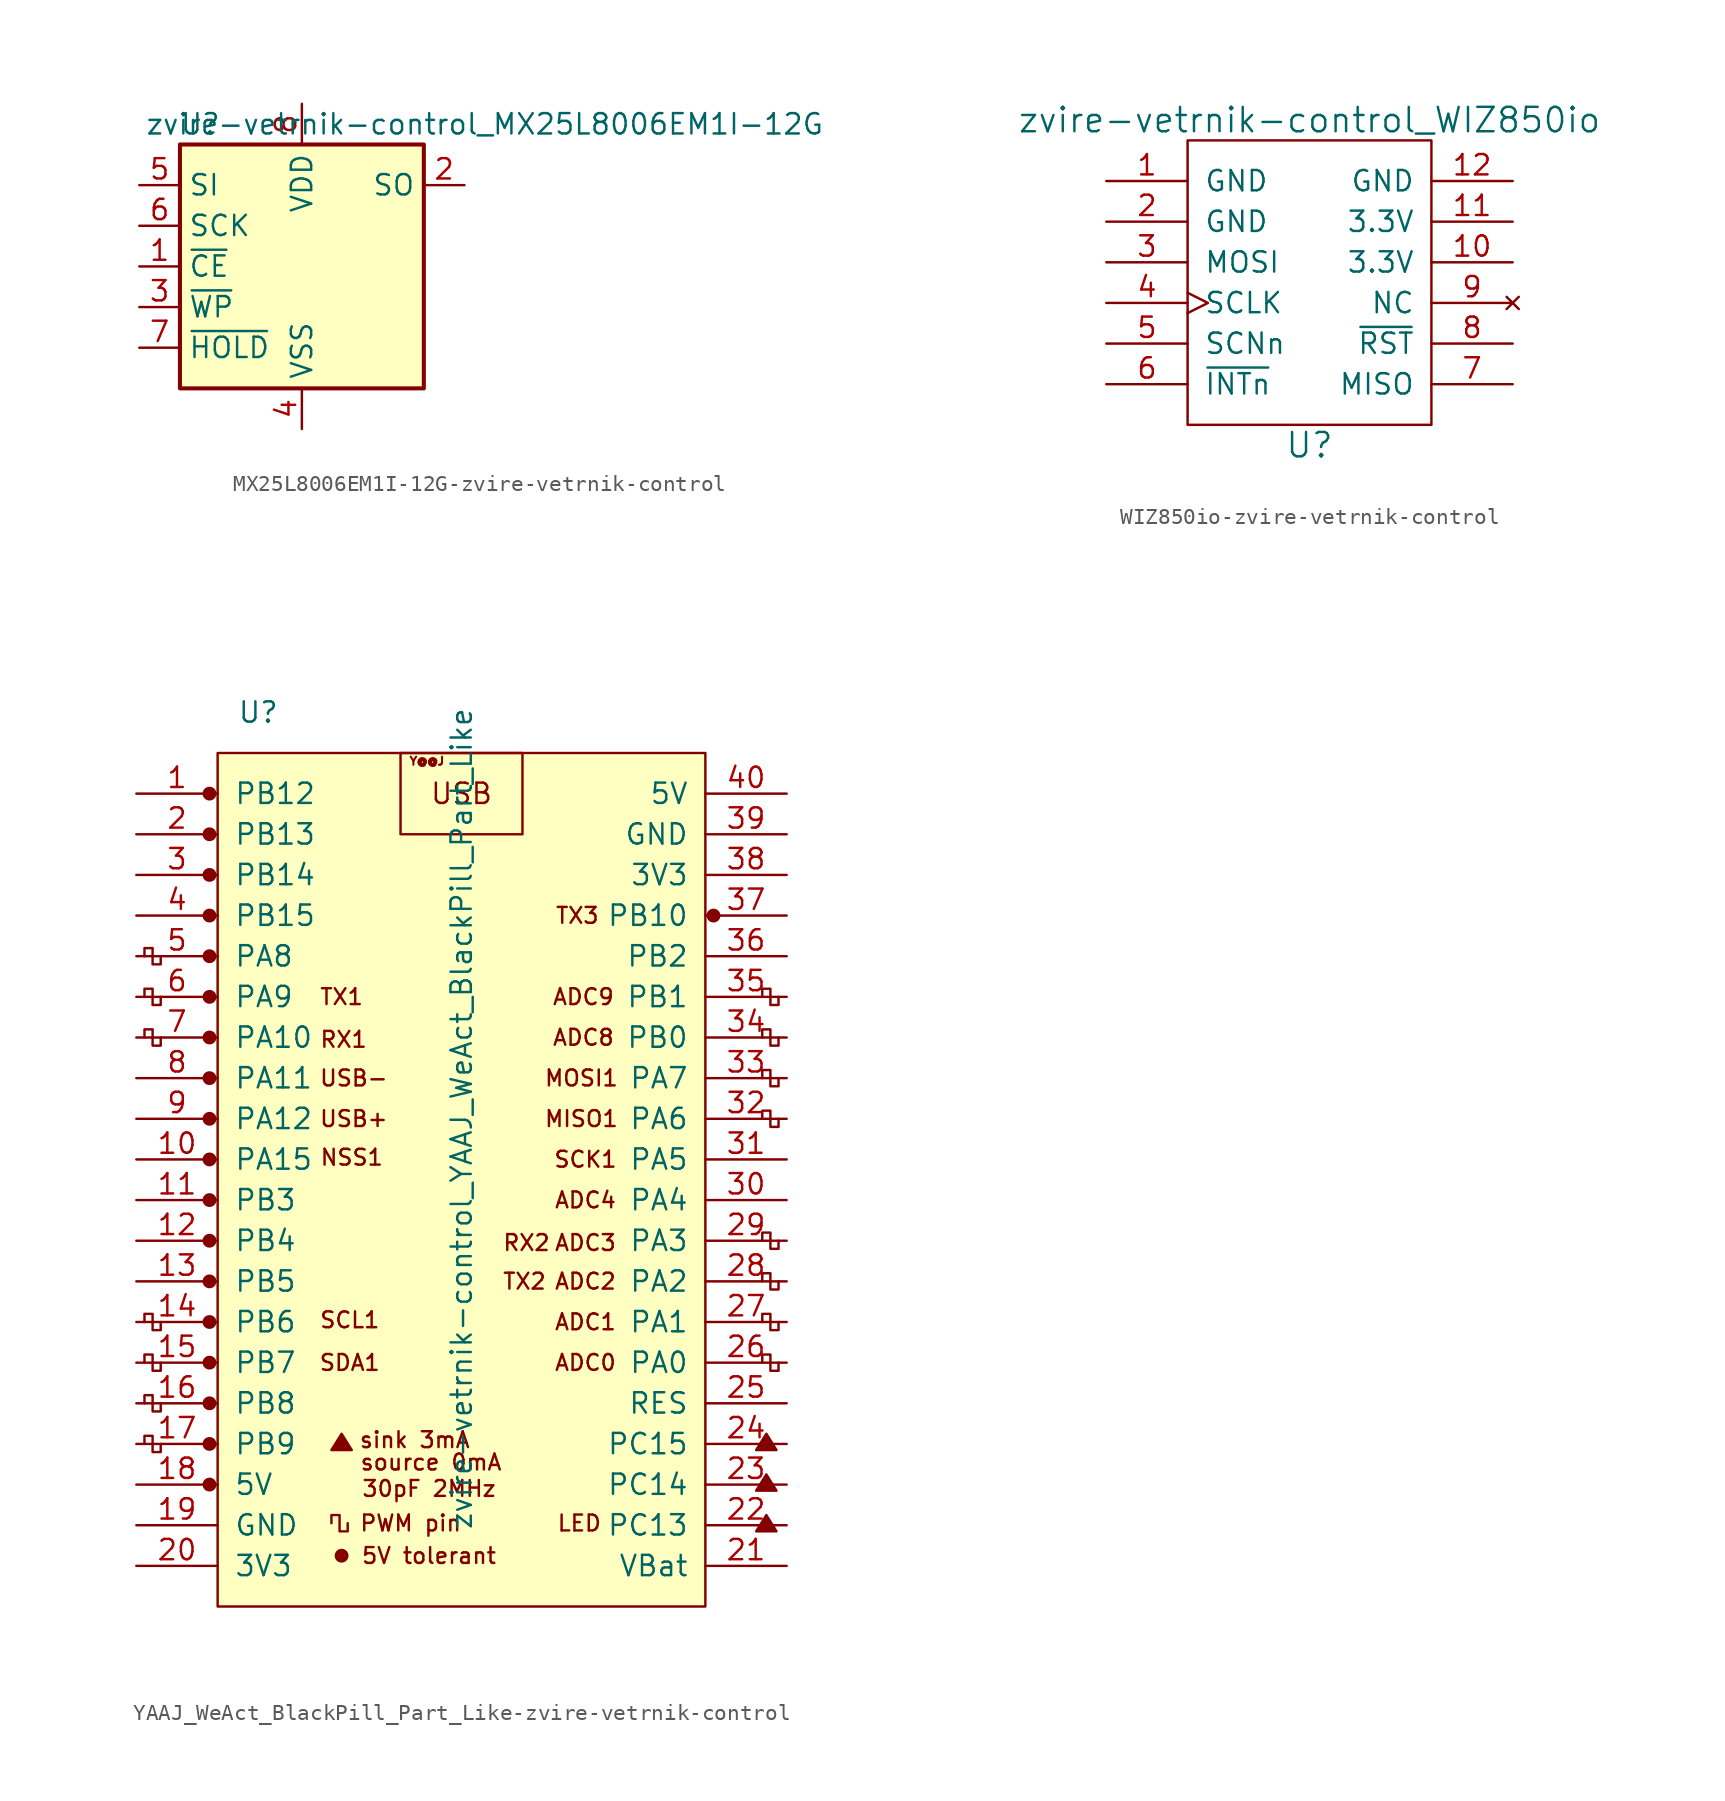
<source format=kicad_sym>
(kicad_symbol_lib
  (version 20220914)
  (generator kicad_symbol_editor)
  (symbol "MX25L8006EM1I-12G-zvire-vetrnik-control"
    (property "Reference" "U"
      (at -6.35 8.89 0)
      (effects (font (size 1.27 1.27))))
    (property "Value" "zvire-vetrnik-control_MX25L8006EM1I-12G"
      (at 11.43 8.89 0)
      (effects (font (size 1.27 1.27))))
    (symbol "MX25L8006EM1I-12G-zvire-vetrnik-control_1_1"
      (rectangle (start -7.62 7.62) (end 7.62 -7.62) (stroke (width 0.254) (type solid)) (fill (type background)))
      (pin input line (at -10.16 0 0) (length 2.54) (name "~{CE}" (effects (font (size 1.27 1.27)))) (number "1" (effects (font (size 1.27 1.27)))))
      (pin tri_state line (at 10.16 5.08 180) (length 2.54) (name "SO" (effects (font (size 1.27 1.27)))) (number "2" (effects (font (size 1.27 1.27)))))
      (pin input line (at -10.16 -2.54 0) (length 2.54) (name "~{WP}" (effects (font (size 1.27 1.27)))) (number "3" (effects (font (size 1.27 1.27)))))
      (pin power_in line (at 0 -10.16 90) (length 2.54) (name "VSS" (effects (font (size 1.27 1.27)))) (number "4" (effects (font (size 1.27 1.27)))))
      (pin input line (at -10.16 5.08 0) (length 2.54) (name "SI" (effects (font (size 1.27 1.27)))) (number "5" (effects (font (size 1.27 1.27)))))
      (pin input line (at -10.16 2.54 0) (length 2.54) (name "SCK" (effects (font (size 1.27 1.27)))) (number "6" (effects (font (size 1.27 1.27)))))
      (pin input line (at -10.16 -5.08 0) (length 2.54) (name "~{HOLD}" (effects (font (size 1.27 1.27)))) (number "7" (effects (font (size 1.27 1.27)))))
      (pin power_in line (at 0 10.16 270) (length 2.54) (name "VDD" (effects (font (size 1.27 1.27)))) (number "8" (effects (font (size 1.27 1.27)))))))
  (symbol "WIZ850io-zvire-vetrnik-control"
    (pin_names
      (offset 1.016))
    (property "Reference" "U"
      (at 0 -10.16 0)
      (effects (font (size 1.524 1.524))))
    (property "Value" "zvire-vetrnik-control_WIZ850io"
      (at 0 10.16 0)
      (effects (font (size 1.524 1.524))))
    (symbol "WIZ850io-zvire-vetrnik-control_0_1"
      (rectangle (start -7.62 8.89) (end 7.62 -8.89) (stroke (width 0) (type solid)) (fill (type none))))
    (symbol "WIZ850io-zvire-vetrnik-control_1_1"
      (pin power_in line (at -12.7 6.35 0) (length 5.08) (name "GND" (effects (font (size 1.27 1.27)))) (number "1" (effects (font (size 1.27 1.27)))))
      (pin power_in line (at 12.7 1.27 180) (length 5.08) (name "3.3V" (effects (font (size 1.27 1.27)))) (number "10" (effects (font (size 1.27 1.27)))))
      (pin power_in line (at 12.7 3.81 180) (length 5.08) (name "3.3V" (effects (font (size 1.27 1.27)))) (number "11" (effects (font (size 1.27 1.27)))))
      (pin input line (at 12.7 6.35 180) (length 5.08) (name "GND" (effects (font (size 1.27 1.27)))) (number "12" (effects (font (size 1.27 1.27)))))
      (pin power_in line (at -12.7 3.81 0) (length 5.08) (name "GND" (effects (font (size 1.27 1.27)))) (number "2" (effects (font (size 1.27 1.27)))))
      (pin input line (at -12.7 1.27 0) (length 5.08) (name "MOSI" (effects (font (size 1.27 1.27)))) (number "3" (effects (font (size 1.27 1.27)))))
      (pin input clock (at -12.7 -1.27 0) (length 5.08) (name "SCLK" (effects (font (size 1.27 1.27)))) (number "4" (effects (font (size 1.27 1.27)))))
      (pin input line (at -12.7 -3.81 0) (length 5.08) (name "SCNn" (effects (font (size 1.27 1.27)))) (number "5" (effects (font (size 1.27 1.27)))))
      (pin input line (at -12.7 -6.35 0) (length 5.08) (name "~{INTn}" (effects (font (size 1.27 1.27)))) (number "6" (effects (font (size 1.27 1.27)))))
      (pin tri_state line (at 12.7 -6.35 180) (length 5.08) (name "MISO" (effects (font (size 1.27 1.27)))) (number "7" (effects (font (size 1.27 1.27)))))
      (pin input line (at 12.7 -3.81 180) (length 5.08) (name "~{RST}" (effects (font (size 1.27 1.27)))) (number "8" (effects (font (size 1.27 1.27)))))
      (pin no_connect line (at 12.7 -1.27 180) (length 5.08) (name "NC" (effects (font (size 1.27 1.27)))) (number "9" (effects (font (size 1.27 1.27)))))))
  (symbol "YAAJ_WeAct_BlackPill_Part_Like-zvire-vetrnik-control"
    (pin_names
      (offset 1.016))
    (property "Reference" "U"
      (at -12.7 27.94 0)
      (effects (font (size 1.27 1.27))))
    (property "Value" "zvire-vetrnik-control_YAAJ_WeAct_BlackPill_Part_Like"
      (at 0 2.54 90)
      (effects (font (size 1.27 1.27))))
    (symbol "YAAJ_WeAct_BlackPill_Part_Like-zvire-vetrnik-control_0_0"
      (circle (center -15.748 -20.32) (radius 0.356) (stroke (width 0) (type solid)) (fill (type outline)))
      (circle (center -15.748 -17.78) (radius 0.356) (stroke (width 0) (type solid)) (fill (type outline)))
      (circle (center -15.748 -15.24) (radius 0.356) (stroke (width 0) (type solid)) (fill (type outline)))
      (circle (center -15.748 -12.7) (radius 0.356) (stroke (width 0) (type solid)) (fill (type outline)))
      (circle (center -15.748 -10.16) (radius 0.356) (stroke (width 0) (type solid)) (fill (type outline)))
      (circle (center -15.748 -7.62) (radius 0.356) (stroke (width 0) (type solid)) (fill (type outline)))
      (circle (center -15.748 -5.08) (radius 0.356) (stroke (width 0) (type solid)) (fill (type outline)))
      (circle (center -15.748 -2.54) (radius 0.356) (stroke (width 0) (type solid)) (fill (type outline)))
      (circle (center -15.748 0) (radius 0.356) (stroke (width 0) (type solid)) (fill (type outline)))
      (circle (center -15.748 2.54) (radius 0.356) (stroke (width 0) (type solid)) (fill (type outline)))
      (circle (center -15.748 5.08) (radius 0.356) (stroke (width 0) (type solid)) (fill (type outline)))
      (circle (center -15.748 7.62) (radius 0.356) (stroke (width 0) (type solid)) (fill (type outline)))
      (circle (center -15.748 10.16) (radius 0.356) (stroke (width 0) (type solid)) (fill (type outline)))
      (circle (center -15.748 12.7) (radius 0.356) (stroke (width 0) (type solid)) (fill (type outline)))
      (circle (center -15.748 15.24) (radius 0.356) (stroke (width 0) (type solid)) (fill (type outline)))
      (circle (center -15.748 17.78) (radius 0.356) (stroke (width 0) (type solid)) (fill (type outline)))
      (circle (center -15.748 22.86) (radius 0.356) (stroke (width 0) (type solid)) (fill (type outline)))
      (circle (center -7.493 -24.765) (radius 0.127) (stroke (width 0) (type solid)) (fill (type outline)))
      (circle (center -7.493 -24.765) (radius 0.254) (stroke (width 0) (type solid)) (fill (type none)))
      (circle (center -7.493 -24.765) (radius 0.356) (stroke (width 0) (type solid)) (fill (type none)))
      (polyline (pts (xy -8.128 -18.161) (xy -7.493 -17.145) (xy -6.858 -18.161) (xy -8.128 -18.161) (xy -7.493 -17.272) (xy -6.985 -18.161) (xy -8.001 -18.034) (xy -7.493 -17.399) (xy -7.112 -18.161) (xy -7.874 -17.907) (xy -7.366 -17.526) (xy -7.239 -18.161) (xy -7.747 -17.78) (xy -7.239 -17.653) (xy -7.366 -18.034) (xy -7.62 -17.78) (xy -7.366 -17.907) (xy -7.493 -17.653)) (stroke (width 0) (type solid)) (fill (type none)))
      (polyline (pts (xy 18.415 -23.241) (xy 19.05 -22.225) (xy 19.685 -23.241) (xy 18.415 -23.241) (xy 19.05 -22.352) (xy 19.558 -23.241) (xy 18.542 -23.114) (xy 19.05 -22.479) (xy 19.431 -23.241) (xy 18.669 -22.987) (xy 19.177 -22.606) (xy 19.304 -23.241) (xy 18.796 -22.86) (xy 19.304 -22.733) (xy 19.177 -23.114) (xy 18.923 -22.86) (xy 19.177 -22.987) (xy 19.05 -22.733)) (stroke (width 0) (type solid)) (fill (type none)))
      (polyline (pts (xy 18.415 -20.701) (xy 19.05 -19.685) (xy 19.685 -20.701) (xy 18.415 -20.701) (xy 19.05 -19.812) (xy 19.558 -20.701) (xy 18.542 -20.574) (xy 19.05 -19.939) (xy 19.431 -20.701) (xy 18.669 -20.447) (xy 19.177 -20.066) (xy 19.304 -20.701) (xy 18.796 -20.32) (xy 19.304 -20.193) (xy 19.177 -20.574) (xy 18.923 -20.32) (xy 19.177 -20.447) (xy 19.05 -20.193)) (stroke (width 0) (type solid)) (fill (type none)))
      (polyline (pts (xy 18.415 -18.161) (xy 19.05 -17.145) (xy 19.685 -18.161) (xy 18.415 -18.161) (xy 19.05 -17.272) (xy 19.558 -18.161) (xy 18.542 -18.034) (xy 19.05 -17.399) (xy 19.431 -18.161) (xy 18.669 -17.907) (xy 19.177 -17.526) (xy 19.304 -18.161) (xy 18.796 -17.78) (xy 19.304 -17.653) (xy 19.177 -18.034) (xy 18.923 -17.78) (xy 19.177 -17.907) (xy 19.05 -17.653)) (stroke (width 0) (type solid)) (fill (type none)))
      (circle (center 15.748 15.24) (radius 0.254) (stroke (width 0) (type solid)) (fill (type outline)))
      (circle (center 15.748 15.24) (radius 0.356) (stroke (width 0) (type solid)) (fill (type none)))
      (text "30pF 2MHz" (at -2.032 -20.574 0) (effects (font (size 0.991 0.991))))
      (text "5V tolerant" (at -2.032 -24.765 0) (effects (font (size 0.991 0.991))))
      (text "ADC0" (at 7.747 -12.7 0) (effects (font (size 0.991 0.991))))
      (text "ADC1" (at 7.747 -10.16 0) (effects (font (size 0.991 0.991))))
      (text "ADC2" (at 7.747 -7.62 0) (effects (font (size 0.991 0.991))))
      (text "ADC3" (at 7.747 -5.207 0) (effects (font (size 0.991 0.991))))
      (text "ADC4" (at 7.747 -2.54 0) (effects (font (size 0.991 0.991))))
      (text "ADC8" (at 7.62 7.62 0) (effects (font (size 0.991 0.991))))
      (text "ADC9" (at 7.62 10.16 0) (effects (font (size 0.991 0.991))))
      (text "LED" (at 7.366 -22.733 0) (effects (font (size 0.991 0.991))))
      (text "MISO1" (at 7.493 2.54 0) (effects (font (size 0.991 0.991))))
      (text "MOSI1" (at 7.493 5.08 0) (effects (font (size 0.991 0.991))))
      (text "NSS1" (at -6.858 0.127 0) (effects (font (size 0.991 0.991))))
      (text "PWM pin" (at -3.175 -22.733 0) (effects (font (size 0.991 0.991))))
      (text "RX1" (at -7.366 7.493 0) (effects (font (size 0.991 0.991))))
      (text "RX2" (at 4.064 -5.207 0) (effects (font (size 0.991 0.991))))
      (text "SCK1" (at 7.747 0 0) (effects (font (size 0.991 0.991))))
      (text "SCL1" (at -6.985 -10.033 0) (effects (font (size 0.991 0.991))))
      (text "SDA1" (at -6.985 -12.7 0) (effects (font (size 0.991 0.991))))
      (text "sink 3mA" (at -2.921 -17.526 0) (effects (font (size 0.991 0.991))))
      (text "source 0mA" (at -1.905 -18.923 0) (effects (font (size 0.991 0.991))))
      (text "TX1" (at -7.493 10.16 0) (effects (font (size 0.991 0.991))))
      (text "TX2" (at 3.937 -7.62 0) (effects (font (size 0.991 0.991))))
      (text "TX3" (at 7.239 15.24 0) (effects (font (size 0.991 0.991))))
      (text "USB" (at 0 22.86 0) (effects (font (size 1.27 1.27))))
      (text "USB+" (at -6.731 2.54 0) (effects (font (size 0.991 0.991))))
      (text "USB-" (at -6.731 5.08 0) (effects (font (size 0.991 0.991))))
      (text "Y@@J" (at -2.159 24.892 0) (effects (font (size 0.508 0.508)))))
    (symbol "YAAJ_WeAct_BlackPill_Part_Like-zvire-vetrnik-control_0_1"
      (rectangle (start -15.24 25.4) (end 15.24 -27.94) (stroke (width 0) (type solid)) (fill (type background)))
      (polyline (pts (xy -18.796 -17.78) (xy -18.796 -18.288) (xy -19.304 -18.288) (xy -19.304 -17.272) (xy -19.812 -17.272) (xy -19.812 -17.78)) (stroke (width 0) (type solid)) (fill (type none)))
      (polyline (pts (xy -18.796 -15.24) (xy -18.796 -15.748) (xy -19.304 -15.748) (xy -19.304 -14.732) (xy -19.812 -14.732) (xy -19.812 -15.24)) (stroke (width 0) (type solid)) (fill (type none)))
      (polyline (pts (xy -18.796 -12.7) (xy -18.796 -13.208) (xy -19.304 -13.208) (xy -19.304 -12.192) (xy -19.812 -12.192) (xy -19.812 -12.7)) (stroke (width 0) (type solid)) (fill (type none)))
      (polyline (pts (xy -18.796 -10.16) (xy -18.796 -10.668) (xy -19.304 -10.668) (xy -19.304 -9.652) (xy -19.812 -9.652) (xy -19.812 -10.16)) (stroke (width 0) (type solid)) (fill (type none)))
      (polyline (pts (xy -18.796 7.62) (xy -18.796 7.112) (xy -19.304 7.112) (xy -19.304 8.128) (xy -19.812 8.128) (xy -19.812 7.62)) (stroke (width 0) (type solid)) (fill (type none)))
      (polyline (pts (xy -18.796 10.16) (xy -18.796 9.652) (xy -19.304 9.652) (xy -19.304 10.668) (xy -19.812 10.668) (xy -19.812 10.16)) (stroke (width 0) (type solid)) (fill (type none)))
      (polyline (pts (xy -18.796 12.7) (xy -18.796 12.192) (xy -19.304 12.192) (xy -19.304 13.208) (xy -19.812 13.208) (xy -19.812 12.7)) (stroke (width 0) (type solid)) (fill (type none)))
      (polyline (pts (xy -7.112 -22.733) (xy -7.112 -23.241) (xy -7.62 -23.241) (xy -7.62 -22.225) (xy -8.128 -22.225) (xy -8.128 -22.733)) (stroke (width 0) (type solid)) (fill (type none)))
      (polyline (pts (xy 19.812 -12.7) (xy 19.812 -13.208) (xy 19.304 -13.208) (xy 19.304 -12.192) (xy 18.796 -12.192) (xy 18.796 -12.7)) (stroke (width 0) (type solid)) (fill (type none)))
      (polyline (pts (xy 19.812 -10.16) (xy 19.812 -10.668) (xy 19.304 -10.668) (xy 19.304 -9.652) (xy 18.796 -9.652) (xy 18.796 -10.16)) (stroke (width 0) (type solid)) (fill (type none)))
      (polyline (pts (xy 19.812 -7.62) (xy 19.812 -8.128) (xy 19.304 -8.128) (xy 19.304 -7.112) (xy 18.796 -7.112) (xy 18.796 -7.62)) (stroke (width 0) (type solid)) (fill (type none)))
      (polyline (pts (xy 19.812 -5.08) (xy 19.812 -5.588) (xy 19.304 -5.588) (xy 19.304 -4.572) (xy 18.796 -4.572) (xy 18.796 -5.08)) (stroke (width 0) (type solid)) (fill (type none)))
      (polyline (pts (xy 19.812 2.54) (xy 19.812 2.032) (xy 19.304 2.032) (xy 19.304 3.048) (xy 18.796 3.048) (xy 18.796 2.54)) (stroke (width 0) (type solid)) (fill (type none)))
      (polyline (pts (xy 19.812 5.08) (xy 19.812 4.572) (xy 19.304 4.572) (xy 19.304 5.588) (xy 18.796 5.588) (xy 18.796 5.08)) (stroke (width 0) (type solid)) (fill (type none)))
      (polyline (pts (xy 19.812 7.62) (xy 19.812 7.112) (xy 19.304 7.112) (xy 19.304 8.128) (xy 18.796 8.128) (xy 18.796 7.62)) (stroke (width 0) (type solid)) (fill (type none)))
      (polyline (pts (xy 19.812 10.16) (xy 19.812 9.652) (xy 19.304 9.652) (xy 19.304 10.668) (xy 18.796 10.668) (xy 18.796 10.16)) (stroke (width 0) (type solid)) (fill (type none)))
      (rectangle (start 3.81 25.4) (end -3.81 20.32) (stroke (width 0) (type solid)) (fill (type none))))
    (symbol "YAAJ_WeAct_BlackPill_Part_Like-zvire-vetrnik-control_1_1"
      (circle (center -15.748 20.32) (radius 0.356) (stroke (width 0) (type solid)) (fill (type outline)))
      (pin bidirectional line (at -20.32 22.86 0) (length 5.08) (name "PB12" (effects (font (size 1.27 1.27)))) (number "1" (effects (font (size 1.27 1.27)))))
      (pin bidirectional line (at -20.32 0 0) (length 5.08) (name "PA15" (effects (font (size 1.27 1.27)))) (number "10" (effects (font (size 1.27 1.27)))))
      (pin bidirectional line (at -20.32 -2.54 0) (length 5.08) (name "PB3" (effects (font (size 1.27 1.27)))) (number "11" (effects (font (size 1.27 1.27)))))
      (pin bidirectional line (at -20.32 -5.08 0) (length 5.08) (name "PB4" (effects (font (size 1.27 1.27)))) (number "12" (effects (font (size 1.27 1.27)))))
      (pin bidirectional line (at -20.32 -7.62 0) (length 5.08) (name "PB5" (effects (font (size 1.27 1.27)))) (number "13" (effects (font (size 1.27 1.27)))))
      (pin bidirectional line (at -20.32 -10.16 0) (length 5.08) (name "PB6" (effects (font (size 1.27 1.27)))) (number "14" (effects (font (size 1.27 1.27)))))
      (pin bidirectional line (at -20.32 -12.7 0) (length 5.08) (name "PB7" (effects (font (size 1.27 1.27)))) (number "15" (effects (font (size 1.27 1.27)))))
      (pin bidirectional line (at -20.32 -15.24 0) (length 5.08) (name "PB8" (effects (font (size 1.27 1.27)))) (number "16" (effects (font (size 1.27 1.27)))))
      (pin bidirectional line (at -20.32 -17.78 0) (length 5.08) (name "PB9" (effects (font (size 1.27 1.27)))) (number "17" (effects (font (size 1.27 1.27)))))
      (pin power_in line (at -20.32 -20.32 0) (length 5.08) (name "5V" (effects (font (size 1.27 1.27)))) (number "18" (effects (font (size 1.27 1.27)))))
      (pin power_in line (at -20.32 -22.86 0) (length 5.08) (name "GND" (effects (font (size 1.27 1.27)))) (number "19" (effects (font (size 1.27 1.27)))))
      (pin bidirectional line (at -20.32 20.32 0) (length 5.08) (name "PB13" (effects (font (size 1.27 1.27)))) (number "2" (effects (font (size 1.27 1.27)))))
      (pin power_in line (at -20.32 -25.4 0) (length 5.08) (name "3V3" (effects (font (size 1.27 1.27)))) (number "20" (effects (font (size 1.27 1.27)))))
      (pin power_in line (at 20.32 -25.4 180) (length 5.08) (name "VBat" (effects (font (size 1.27 1.27)))) (number "21" (effects (font (size 1.27 1.27)))))
      (pin bidirectional line (at 20.32 -22.86 180) (length 5.08) (name "PC13" (effects (font (size 1.27 1.27)))) (number "22" (effects (font (size 1.27 1.27)))))
      (pin bidirectional line (at 20.32 -20.32 180) (length 5.08) (name "PC14" (effects (font (size 1.27 1.27)))) (number "23" (effects (font (size 1.27 1.27)))))
      (pin bidirectional line (at 20.32 -17.78 180) (length 5.08) (name "PC15" (effects (font (size 1.27 1.27)))) (number "24" (effects (font (size 1.27 1.27)))))
      (pin input line (at 20.32 -15.24 180) (length 5.08) (name "RES" (effects (font (size 1.27 1.27)))) (number "25" (effects (font (size 1.27 1.27)))))
      (pin bidirectional line (at 20.32 -12.7 180) (length 5.08) (name "PA0" (effects (font (size 1.27 1.27)))) (number "26" (effects (font (size 1.27 1.27)))))
      (pin bidirectional line (at 20.32 -10.16 180) (length 5.08) (name "PA1" (effects (font (size 1.27 1.27)))) (number "27" (effects (font (size 1.27 1.27)))))
      (pin bidirectional line (at 20.32 -7.62 180) (length 5.08) (name "PA2" (effects (font (size 1.27 1.27)))) (number "28" (effects (font (size 1.27 1.27)))))
      (pin bidirectional line (at 20.32 -5.08 180) (length 5.08) (name "PA3" (effects (font (size 1.27 1.27)))) (number "29" (effects (font (size 1.27 1.27)))))
      (pin bidirectional line (at -20.32 17.78 0) (length 5.08) (name "PB14" (effects (font (size 1.27 1.27)))) (number "3" (effects (font (size 1.27 1.27)))))
      (pin bidirectional line (at 20.32 -2.54 180) (length 5.08) (name "PA4" (effects (font (size 1.27 1.27)))) (number "30" (effects (font (size 1.27 1.27)))))
      (pin bidirectional line (at 20.32 0 180) (length 5.08) (name "PA5" (effects (font (size 1.27 1.27)))) (number "31" (effects (font (size 1.27 1.27)))))
      (pin bidirectional line (at 20.32 2.54 180) (length 5.08) (name "PA6" (effects (font (size 1.27 1.27)))) (number "32" (effects (font (size 1.27 1.27)))))
      (pin bidirectional line (at 20.32 5.08 180) (length 5.08) (name "PA7" (effects (font (size 1.27 1.27)))) (number "33" (effects (font (size 1.27 1.27)))))
      (pin bidirectional line (at 20.32 7.62 180) (length 5.08) (name "PB0" (effects (font (size 1.27 1.27)))) (number "34" (effects (font (size 1.27 1.27)))))
      (pin bidirectional line (at 20.32 10.16 180) (length 5.08) (name "PB1" (effects (font (size 1.27 1.27)))) (number "35" (effects (font (size 1.27 1.27)))))
      (pin bidirectional line (at 20.32 12.7 180) (length 5.08) (name "PB2" (effects (font (size 1.27 1.27)))) (number "36" (effects (font (size 1.27 1.27)))))
      (pin bidirectional line (at 20.32 15.24 180) (length 5.08) (name "PB10" (effects (font (size 1.27 1.27)))) (number "37" (effects (font (size 1.27 1.27)))))
      (pin power_in line (at 20.32 17.78 180) (length 5.08) (name "3V3" (effects (font (size 1.27 1.27)))) (number "38" (effects (font (size 1.27 1.27)))))
      (pin power_in line (at 20.32 20.32 180) (length 5.08) (name "GND" (effects (font (size 1.27 1.27)))) (number "39" (effects (font (size 1.27 1.27)))))
      (pin bidirectional line (at -20.32 15.24 0) (length 5.08) (name "PB15" (effects (font (size 1.27 1.27)))) (number "4" (effects (font (size 1.27 1.27)))))
      (pin power_in line (at 20.32 22.86 180) (length 5.08) (name "5V" (effects (font (size 1.27 1.27)))) (number "40" (effects (font (size 1.27 1.27)))))
      (pin bidirectional line (at -20.32 12.7 0) (length 5.08) (name "PA8" (effects (font (size 1.27 1.27)))) (number "5" (effects (font (size 1.27 1.27)))))
      (pin bidirectional line (at -20.32 10.16 0) (length 5.08) (name "PA9" (effects (font (size 1.27 1.27)))) (number "6" (effects (font (size 1.27 1.27)))))
      (pin bidirectional line (at -20.32 7.62 0) (length 5.08) (name "PA10" (effects (font (size 1.27 1.27)))) (number "7" (effects (font (size 1.27 1.27)))))
      (pin bidirectional line (at -20.32 5.08 0) (length 5.08) (name "PA11" (effects (font (size 1.27 1.27)))) (number "8" (effects (font (size 1.27 1.27)))))
      (pin bidirectional line (at -20.32 2.54 0) (length 5.08) (name "PA12" (effects (font (size 1.27 1.27)))) (number "9" (effects (font (size 1.27 1.27))))))))
</source>
